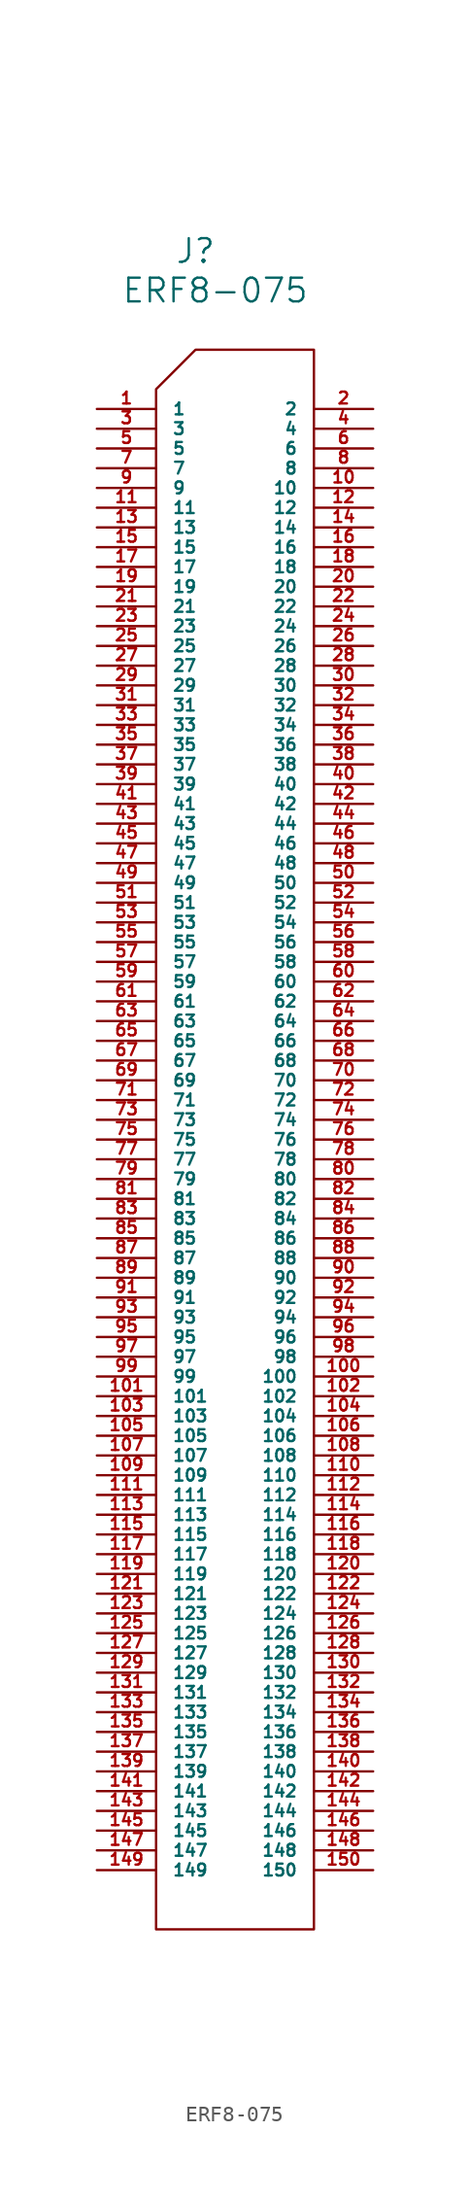
<source format=kicad_sym>
(kicad_symbol_lib
  (version 20211014)
  (generator kicad_symbol_editor)
  (symbol "ERF8-075"
    (pin_names
      (offset 1.016))
    (property "Reference" "J"
      (at -2.54 57.15 0)
      (effects (font (size 1.524 1.524))))
    (property "Value" "ERF8-075"
      (at -1.27 54.61 0)
      (effects (font (size 1.524 1.524))))
    (symbol "ERF8-075_0_1"
      (polyline (pts (xy 5.08 50.8) (xy -2.54 50.8) (xy -5.08 48.26) (xy -5.08 -50.8) (xy 5.08 -50.8) (xy 5.08 50.8)) (stroke (width 0) (type default) (color 0 0 0 0)) (fill (type none))))
    (symbol "ERF8-075_1_1"
      (pin input line (at -8.89 46.99 0) (length 3.81) (name "1" (effects (font (size 0.762 0.762)))) (number "1" (effects (font (size 0.762 0.762)))))
      (pin input line (at 8.89 41.91 180) (length 3.81) (name "10" (effects (font (size 0.762 0.762)))) (number "10" (effects (font (size 0.762 0.762)))))
      (pin input line (at 8.89 -15.24 180) (length 3.81) (name "100" (effects (font (size 0.762 0.762)))) (number "100" (effects (font (size 0.762 0.762)))))
      (pin input line (at -8.89 -16.51 0) (length 3.81) (name "101" (effects (font (size 0.762 0.762)))) (number "101" (effects (font (size 0.762 0.762)))))
      (pin input line (at 8.89 -16.51 180) (length 3.81) (name "102" (effects (font (size 0.762 0.762)))) (number "102" (effects (font (size 0.762 0.762)))))
      (pin input line (at -8.89 -17.78 0) (length 3.81) (name "103" (effects (font (size 0.762 0.762)))) (number "103" (effects (font (size 0.762 0.762)))))
      (pin input line (at 8.89 -17.78 180) (length 3.81) (name "104" (effects (font (size 0.762 0.762)))) (number "104" (effects (font (size 0.762 0.762)))))
      (pin input line (at -8.89 -19.05 0) (length 3.81) (name "105" (effects (font (size 0.762 0.762)))) (number "105" (effects (font (size 0.762 0.762)))))
      (pin input line (at 8.89 -19.05 180) (length 3.81) (name "106" (effects (font (size 0.762 0.762)))) (number "106" (effects (font (size 0.762 0.762)))))
      (pin input line (at -8.89 -20.32 0) (length 3.81) (name "107" (effects (font (size 0.762 0.762)))) (number "107" (effects (font (size 0.762 0.762)))))
      (pin input line (at 8.89 -20.32 180) (length 3.81) (name "108" (effects (font (size 0.762 0.762)))) (number "108" (effects (font (size 0.762 0.762)))))
      (pin input line (at -8.89 -21.59 0) (length 3.81) (name "109" (effects (font (size 0.762 0.762)))) (number "109" (effects (font (size 0.762 0.762)))))
      (pin input line (at -8.89 40.64 0) (length 3.81) (name "11" (effects (font (size 0.762 0.762)))) (number "11" (effects (font (size 0.762 0.762)))))
      (pin input line (at 8.89 -21.59 180) (length 3.81) (name "110" (effects (font (size 0.762 0.762)))) (number "110" (effects (font (size 0.762 0.762)))))
      (pin input line (at -8.89 -22.86 0) (length 3.81) (name "111" (effects (font (size 0.762 0.762)))) (number "111" (effects (font (size 0.762 0.762)))))
      (pin input line (at 8.89 -22.86 180) (length 3.81) (name "112" (effects (font (size 0.762 0.762)))) (number "112" (effects (font (size 0.762 0.762)))))
      (pin input line (at -8.89 -24.13 0) (length 3.81) (name "113" (effects (font (size 0.762 0.762)))) (number "113" (effects (font (size 0.762 0.762)))))
      (pin input line (at 8.89 -24.13 180) (length 3.81) (name "114" (effects (font (size 0.762 0.762)))) (number "114" (effects (font (size 0.762 0.762)))))
      (pin input line (at -8.89 -25.4 0) (length 3.81) (name "115" (effects (font (size 0.762 0.762)))) (number "115" (effects (font (size 0.762 0.762)))))
      (pin input line (at 8.89 -25.4 180) (length 3.81) (name "116" (effects (font (size 0.762 0.762)))) (number "116" (effects (font (size 0.762 0.762)))))
      (pin input line (at -8.89 -26.67 0) (length 3.81) (name "117" (effects (font (size 0.762 0.762)))) (number "117" (effects (font (size 0.762 0.762)))))
      (pin input line (at 8.89 -26.67 180) (length 3.81) (name "118" (effects (font (size 0.762 0.762)))) (number "118" (effects (font (size 0.762 0.762)))))
      (pin input line (at -8.89 -27.94 0) (length 3.81) (name "119" (effects (font (size 0.762 0.762)))) (number "119" (effects (font (size 0.762 0.762)))))
      (pin input line (at 8.89 40.64 180) (length 3.81) (name "12" (effects (font (size 0.762 0.762)))) (number "12" (effects (font (size 0.762 0.762)))))
      (pin input line (at 8.89 -27.94 180) (length 3.81) (name "120" (effects (font (size 0.762 0.762)))) (number "120" (effects (font (size 0.762 0.762)))))
      (pin input line (at -8.89 -29.21 0) (length 3.81) (name "121" (effects (font (size 0.762 0.762)))) (number "121" (effects (font (size 0.762 0.762)))))
      (pin input line (at 8.89 -29.21 180) (length 3.81) (name "122" (effects (font (size 0.762 0.762)))) (number "122" (effects (font (size 0.762 0.762)))))
      (pin input line (at -8.89 -30.48 0) (length 3.81) (name "123" (effects (font (size 0.762 0.762)))) (number "123" (effects (font (size 0.762 0.762)))))
      (pin input line (at 8.89 -30.48 180) (length 3.81) (name "124" (effects (font (size 0.762 0.762)))) (number "124" (effects (font (size 0.762 0.762)))))
      (pin input line (at -8.89 -31.75 0) (length 3.81) (name "125" (effects (font (size 0.762 0.762)))) (number "125" (effects (font (size 0.762 0.762)))))
      (pin input line (at 8.89 -31.75 180) (length 3.81) (name "126" (effects (font (size 0.762 0.762)))) (number "126" (effects (font (size 0.762 0.762)))))
      (pin input line (at -8.89 -33.02 0) (length 3.81) (name "127" (effects (font (size 0.762 0.762)))) (number "127" (effects (font (size 0.762 0.762)))))
      (pin input line (at 8.89 -33.02 180) (length 3.81) (name "128" (effects (font (size 0.762 0.762)))) (number "128" (effects (font (size 0.762 0.762)))))
      (pin input line (at -8.89 -34.29 0) (length 3.81) (name "129" (effects (font (size 0.762 0.762)))) (number "129" (effects (font (size 0.762 0.762)))))
      (pin input line (at -8.89 39.37 0) (length 3.81) (name "13" (effects (font (size 0.762 0.762)))) (number "13" (effects (font (size 0.762 0.762)))))
      (pin input line (at 8.89 -34.29 180) (length 3.81) (name "130" (effects (font (size 0.762 0.762)))) (number "130" (effects (font (size 0.762 0.762)))))
      (pin input line (at -8.89 -35.56 0) (length 3.81) (name "131" (effects (font (size 0.762 0.762)))) (number "131" (effects (font (size 0.762 0.762)))))
      (pin input line (at 8.89 -35.56 180) (length 3.81) (name "132" (effects (font (size 0.762 0.762)))) (number "132" (effects (font (size 0.762 0.762)))))
      (pin input line (at -8.89 -36.83 0) (length 3.81) (name "133" (effects (font (size 0.762 0.762)))) (number "133" (effects (font (size 0.762 0.762)))))
      (pin input line (at 8.89 -36.83 180) (length 3.81) (name "134" (effects (font (size 0.762 0.762)))) (number "134" (effects (font (size 0.762 0.762)))))
      (pin input line (at -8.89 -38.1 0) (length 3.81) (name "135" (effects (font (size 0.762 0.762)))) (number "135" (effects (font (size 0.762 0.762)))))
      (pin input line (at 8.89 -38.1 180) (length 3.81) (name "136" (effects (font (size 0.762 0.762)))) (number "136" (effects (font (size 0.762 0.762)))))
      (pin input line (at -8.89 -39.37 0) (length 3.81) (name "137" (effects (font (size 0.762 0.762)))) (number "137" (effects (font (size 0.762 0.762)))))
      (pin input line (at 8.89 -39.37 180) (length 3.81) (name "138" (effects (font (size 0.762 0.762)))) (number "138" (effects (font (size 0.762 0.762)))))
      (pin input line (at -8.89 -40.64 0) (length 3.81) (name "139" (effects (font (size 0.762 0.762)))) (number "139" (effects (font (size 0.762 0.762)))))
      (pin input line (at 8.89 39.37 180) (length 3.81) (name "14" (effects (font (size 0.762 0.762)))) (number "14" (effects (font (size 0.762 0.762)))))
      (pin input line (at 8.89 -40.64 180) (length 3.81) (name "140" (effects (font (size 0.762 0.762)))) (number "140" (effects (font (size 0.762 0.762)))))
      (pin input line (at -8.89 -41.91 0) (length 3.81) (name "141" (effects (font (size 0.762 0.762)))) (number "141" (effects (font (size 0.762 0.762)))))
      (pin input line (at 8.89 -41.91 180) (length 3.81) (name "142" (effects (font (size 0.762 0.762)))) (number "142" (effects (font (size 0.762 0.762)))))
      (pin input line (at -8.89 -43.18 0) (length 3.81) (name "143" (effects (font (size 0.762 0.762)))) (number "143" (effects (font (size 0.762 0.762)))))
      (pin input line (at 8.89 -43.18 180) (length 3.81) (name "144" (effects (font (size 0.762 0.762)))) (number "144" (effects (font (size 0.762 0.762)))))
      (pin input line (at -8.89 -44.45 0) (length 3.81) (name "145" (effects (font (size 0.762 0.762)))) (number "145" (effects (font (size 0.762 0.762)))))
      (pin input line (at 8.89 -44.45 180) (length 3.81) (name "146" (effects (font (size 0.762 0.762)))) (number "146" (effects (font (size 0.762 0.762)))))
      (pin input line (at -8.89 -45.72 0) (length 3.81) (name "147" (effects (font (size 0.762 0.762)))) (number "147" (effects (font (size 0.762 0.762)))))
      (pin input line (at 8.89 -45.72 180) (length 3.81) (name "148" (effects (font (size 0.762 0.762)))) (number "148" (effects (font (size 0.762 0.762)))))
      (pin input line (at -8.89 -46.99 0) (length 3.81) (name "149" (effects (font (size 0.762 0.762)))) (number "149" (effects (font (size 0.762 0.762)))))
      (pin input line (at -8.89 38.1 0) (length 3.81) (name "15" (effects (font (size 0.762 0.762)))) (number "15" (effects (font (size 0.762 0.762)))))
      (pin input line (at 8.89 -46.99 180) (length 3.81) (name "150" (effects (font (size 0.762 0.762)))) (number "150" (effects (font (size 0.762 0.762)))))
      (pin input line (at 8.89 38.1 180) (length 3.81) (name "16" (effects (font (size 0.762 0.762)))) (number "16" (effects (font (size 0.762 0.762)))))
      (pin input line (at -8.89 36.83 0) (length 3.81) (name "17" (effects (font (size 0.762 0.762)))) (number "17" (effects (font (size 0.762 0.762)))))
      (pin input line (at 8.89 36.83 180) (length 3.81) (name "18" (effects (font (size 0.762 0.762)))) (number "18" (effects (font (size 0.762 0.762)))))
      (pin input line (at -8.89 35.56 0) (length 3.81) (name "19" (effects (font (size 0.762 0.762)))) (number "19" (effects (font (size 0.762 0.762)))))
      (pin input line (at 8.89 46.99 180) (length 3.81) (name "2" (effects (font (size 0.762 0.762)))) (number "2" (effects (font (size 0.762 0.762)))))
      (pin input line (at 8.89 35.56 180) (length 3.81) (name "20" (effects (font (size 0.762 0.762)))) (number "20" (effects (font (size 0.762 0.762)))))
      (pin input line (at -8.89 34.29 0) (length 3.81) (name "21" (effects (font (size 0.762 0.762)))) (number "21" (effects (font (size 0.762 0.762)))))
      (pin input line (at 8.89 34.29 180) (length 3.81) (name "22" (effects (font (size 0.762 0.762)))) (number "22" (effects (font (size 0.762 0.762)))))
      (pin input line (at -8.89 33.02 0) (length 3.81) (name "23" (effects (font (size 0.762 0.762)))) (number "23" (effects (font (size 0.762 0.762)))))
      (pin input line (at 8.89 33.02 180) (length 3.81) (name "24" (effects (font (size 0.762 0.762)))) (number "24" (effects (font (size 0.762 0.762)))))
      (pin input line (at -8.89 31.75 0) (length 3.81) (name "25" (effects (font (size 0.762 0.762)))) (number "25" (effects (font (size 0.762 0.762)))))
      (pin input line (at 8.89 31.75 180) (length 3.81) (name "26" (effects (font (size 0.762 0.762)))) (number "26" (effects (font (size 0.762 0.762)))))
      (pin input line (at -8.89 30.48 0) (length 3.81) (name "27" (effects (font (size 0.762 0.762)))) (number "27" (effects (font (size 0.762 0.762)))))
      (pin input line (at 8.89 30.48 180) (length 3.81) (name "28" (effects (font (size 0.762 0.762)))) (number "28" (effects (font (size 0.762 0.762)))))
      (pin input line (at -8.89 29.21 0) (length 3.81) (name "29" (effects (font (size 0.762 0.762)))) (number "29" (effects (font (size 0.762 0.762)))))
      (pin input line (at -8.89 45.72 0) (length 3.81) (name "3" (effects (font (size 0.762 0.762)))) (number "3" (effects (font (size 0.762 0.762)))))
      (pin input line (at 8.89 29.21 180) (length 3.81) (name "30" (effects (font (size 0.762 0.762)))) (number "30" (effects (font (size 0.762 0.762)))))
      (pin input line (at -8.89 27.94 0) (length 3.81) (name "31" (effects (font (size 0.762 0.762)))) (number "31" (effects (font (size 0.762 0.762)))))
      (pin input line (at 8.89 27.94 180) (length 3.81) (name "32" (effects (font (size 0.762 0.762)))) (number "32" (effects (font (size 0.762 0.762)))))
      (pin input line (at -8.89 26.67 0) (length 3.81) (name "33" (effects (font (size 0.762 0.762)))) (number "33" (effects (font (size 0.762 0.762)))))
      (pin input line (at 8.89 26.67 180) (length 3.81) (name "34" (effects (font (size 0.762 0.762)))) (number "34" (effects (font (size 0.762 0.762)))))
      (pin input line (at -8.89 25.4 0) (length 3.81) (name "35" (effects (font (size 0.762 0.762)))) (number "35" (effects (font (size 0.762 0.762)))))
      (pin input line (at 8.89 25.4 180) (length 3.81) (name "36" (effects (font (size 0.762 0.762)))) (number "36" (effects (font (size 0.762 0.762)))))
      (pin input line (at -8.89 24.13 0) (length 3.81) (name "37" (effects (font (size 0.762 0.762)))) (number "37" (effects (font (size 0.762 0.762)))))
      (pin input line (at 8.89 24.13 180) (length 3.81) (name "38" (effects (font (size 0.762 0.762)))) (number "38" (effects (font (size 0.762 0.762)))))
      (pin input line (at -8.89 22.86 0) (length 3.81) (name "39" (effects (font (size 0.762 0.762)))) (number "39" (effects (font (size 0.762 0.762)))))
      (pin input line (at 8.89 45.72 180) (length 3.81) (name "4" (effects (font (size 0.762 0.762)))) (number "4" (effects (font (size 0.762 0.762)))))
      (pin input line (at 8.89 22.86 180) (length 3.81) (name "40" (effects (font (size 0.762 0.762)))) (number "40" (effects (font (size 0.762 0.762)))))
      (pin input line (at -8.89 21.59 0) (length 3.81) (name "41" (effects (font (size 0.762 0.762)))) (number "41" (effects (font (size 0.762 0.762)))))
      (pin input line (at 8.89 21.59 180) (length 3.81) (name "42" (effects (font (size 0.762 0.762)))) (number "42" (effects (font (size 0.762 0.762)))))
      (pin input line (at -8.89 20.32 0) (length 3.81) (name "43" (effects (font (size 0.762 0.762)))) (number "43" (effects (font (size 0.762 0.762)))))
      (pin input line (at 8.89 20.32 180) (length 3.81) (name "44" (effects (font (size 0.762 0.762)))) (number "44" (effects (font (size 0.762 0.762)))))
      (pin input line (at -8.89 19.05 0) (length 3.81) (name "45" (effects (font (size 0.762 0.762)))) (number "45" (effects (font (size 0.762 0.762)))))
      (pin input line (at 8.89 19.05 180) (length 3.81) (name "46" (effects (font (size 0.762 0.762)))) (number "46" (effects (font (size 0.762 0.762)))))
      (pin input line (at -8.89 17.78 0) (length 3.81) (name "47" (effects (font (size 0.762 0.762)))) (number "47" (effects (font (size 0.762 0.762)))))
      (pin input line (at 8.89 17.78 180) (length 3.81) (name "48" (effects (font (size 0.762 0.762)))) (number "48" (effects (font (size 0.762 0.762)))))
      (pin input line (at -8.89 16.51 0) (length 3.81) (name "49" (effects (font (size 0.762 0.762)))) (number "49" (effects (font (size 0.762 0.762)))))
      (pin input line (at -8.89 44.45 0) (length 3.81) (name "5" (effects (font (size 0.762 0.762)))) (number "5" (effects (font (size 0.762 0.762)))))
      (pin input line (at 8.89 16.51 180) (length 3.81) (name "50" (effects (font (size 0.762 0.762)))) (number "50" (effects (font (size 0.762 0.762)))))
      (pin input line (at -8.89 15.24 0) (length 3.81) (name "51" (effects (font (size 0.762 0.762)))) (number "51" (effects (font (size 0.762 0.762)))))
      (pin input line (at 8.89 15.24 180) (length 3.81) (name "52" (effects (font (size 0.762 0.762)))) (number "52" (effects (font (size 0.762 0.762)))))
      (pin input line (at -8.89 13.97 0) (length 3.81) (name "53" (effects (font (size 0.762 0.762)))) (number "53" (effects (font (size 0.762 0.762)))))
      (pin input line (at 8.89 13.97 180) (length 3.81) (name "54" (effects (font (size 0.762 0.762)))) (number "54" (effects (font (size 0.762 0.762)))))
      (pin input line (at -8.89 12.7 0) (length 3.81) (name "55" (effects (font (size 0.762 0.762)))) (number "55" (effects (font (size 0.762 0.762)))))
      (pin input line (at 8.89 12.7 180) (length 3.81) (name "56" (effects (font (size 0.762 0.762)))) (number "56" (effects (font (size 0.762 0.762)))))
      (pin input line (at -8.89 11.43 0) (length 3.81) (name "57" (effects (font (size 0.762 0.762)))) (number "57" (effects (font (size 0.762 0.762)))))
      (pin input line (at 8.89 11.43 180) (length 3.81) (name "58" (effects (font (size 0.762 0.762)))) (number "58" (effects (font (size 0.762 0.762)))))
      (pin input line (at -8.89 10.16 0) (length 3.81) (name "59" (effects (font (size 0.762 0.762)))) (number "59" (effects (font (size 0.762 0.762)))))
      (pin input line (at 8.89 44.45 180) (length 3.81) (name "6" (effects (font (size 0.762 0.762)))) (number "6" (effects (font (size 0.762 0.762)))))
      (pin input line (at 8.89 10.16 180) (length 3.81) (name "60" (effects (font (size 0.762 0.762)))) (number "60" (effects (font (size 0.762 0.762)))))
      (pin input line (at -8.89 8.89 0) (length 3.81) (name "61" (effects (font (size 0.762 0.762)))) (number "61" (effects (font (size 0.762 0.762)))))
      (pin input line (at 8.89 8.89 180) (length 3.81) (name "62" (effects (font (size 0.762 0.762)))) (number "62" (effects (font (size 0.762 0.762)))))
      (pin input line (at -8.89 7.62 0) (length 3.81) (name "63" (effects (font (size 0.762 0.762)))) (number "63" (effects (font (size 0.762 0.762)))))
      (pin input line (at 8.89 7.62 180) (length 3.81) (name "64" (effects (font (size 0.762 0.762)))) (number "64" (effects (font (size 0.762 0.762)))))
      (pin input line (at -8.89 6.35 0) (length 3.81) (name "65" (effects (font (size 0.762 0.762)))) (number "65" (effects (font (size 0.762 0.762)))))
      (pin input line (at 8.89 6.35 180) (length 3.81) (name "66" (effects (font (size 0.762 0.762)))) (number "66" (effects (font (size 0.762 0.762)))))
      (pin input line (at -8.89 5.08 0) (length 3.81) (name "67" (effects (font (size 0.762 0.762)))) (number "67" (effects (font (size 0.762 0.762)))))
      (pin input line (at 8.89 5.08 180) (length 3.81) (name "68" (effects (font (size 0.762 0.762)))) (number "68" (effects (font (size 0.762 0.762)))))
      (pin input line (at -8.89 3.81 0) (length 3.81) (name "69" (effects (font (size 0.762 0.762)))) (number "69" (effects (font (size 0.762 0.762)))))
      (pin input line (at -8.89 43.18 0) (length 3.81) (name "7" (effects (font (size 0.762 0.762)))) (number "7" (effects (font (size 0.762 0.762)))))
      (pin input line (at 8.89 3.81 180) (length 3.81) (name "70" (effects (font (size 0.762 0.762)))) (number "70" (effects (font (size 0.762 0.762)))))
      (pin input line (at -8.89 2.54 0) (length 3.81) (name "71" (effects (font (size 0.762 0.762)))) (number "71" (effects (font (size 0.762 0.762)))))
      (pin input line (at 8.89 2.54 180) (length 3.81) (name "72" (effects (font (size 0.762 0.762)))) (number "72" (effects (font (size 0.762 0.762)))))
      (pin input line (at -8.89 1.27 0) (length 3.81) (name "73" (effects (font (size 0.762 0.762)))) (number "73" (effects (font (size 0.762 0.762)))))
      (pin input line (at 8.89 1.27 180) (length 3.81) (name "74" (effects (font (size 0.762 0.762)))) (number "74" (effects (font (size 0.762 0.762)))))
      (pin input line (at -8.89 0 0) (length 3.81) (name "75" (effects (font (size 0.762 0.762)))) (number "75" (effects (font (size 0.762 0.762)))))
      (pin input line (at 8.89 0 180) (length 3.81) (name "76" (effects (font (size 0.762 0.762)))) (number "76" (effects (font (size 0.762 0.762)))))
      (pin input line (at -8.89 -1.27 0) (length 3.81) (name "77" (effects (font (size 0.762 0.762)))) (number "77" (effects (font (size 0.762 0.762)))))
      (pin input line (at 8.89 -1.27 180) (length 3.81) (name "78" (effects (font (size 0.762 0.762)))) (number "78" (effects (font (size 0.762 0.762)))))
      (pin input line (at -8.89 -2.54 0) (length 3.81) (name "79" (effects (font (size 0.762 0.762)))) (number "79" (effects (font (size 0.762 0.762)))))
      (pin input line (at 8.89 43.18 180) (length 3.81) (name "8" (effects (font (size 0.762 0.762)))) (number "8" (effects (font (size 0.762 0.762)))))
      (pin input line (at 8.89 -2.54 180) (length 3.81) (name "80" (effects (font (size 0.762 0.762)))) (number "80" (effects (font (size 0.762 0.762)))))
      (pin input line (at -8.89 -3.81 0) (length 3.81) (name "81" (effects (font (size 0.762 0.762)))) (number "81" (effects (font (size 0.762 0.762)))))
      (pin input line (at 8.89 -3.81 180) (length 3.81) (name "82" (effects (font (size 0.762 0.762)))) (number "82" (effects (font (size 0.762 0.762)))))
      (pin input line (at -8.89 -5.08 0) (length 3.81) (name "83" (effects (font (size 0.762 0.762)))) (number "83" (effects (font (size 0.762 0.762)))))
      (pin input line (at 8.89 -5.08 180) (length 3.81) (name "84" (effects (font (size 0.762 0.762)))) (number "84" (effects (font (size 0.762 0.762)))))
      (pin input line (at -8.89 -6.35 0) (length 3.81) (name "85" (effects (font (size 0.762 0.762)))) (number "85" (effects (font (size 0.762 0.762)))))
      (pin input line (at 8.89 -6.35 180) (length 3.81) (name "86" (effects (font (size 0.762 0.762)))) (number "86" (effects (font (size 0.762 0.762)))))
      (pin input line (at -8.89 -7.62 0) (length 3.81) (name "87" (effects (font (size 0.762 0.762)))) (number "87" (effects (font (size 0.762 0.762)))))
      (pin input line (at 8.89 -7.62 180) (length 3.81) (name "88" (effects (font (size 0.762 0.762)))) (number "88" (effects (font (size 0.762 0.762)))))
      (pin input line (at -8.89 -8.89 0) (length 3.81) (name "89" (effects (font (size 0.762 0.762)))) (number "89" (effects (font (size 0.762 0.762)))))
      (pin input line (at -8.89 41.91 0) (length 3.81) (name "9" (effects (font (size 0.762 0.762)))) (number "9" (effects (font (size 0.762 0.762)))))
      (pin input line (at 8.89 -8.89 180) (length 3.81) (name "90" (effects (font (size 0.762 0.762)))) (number "90" (effects (font (size 0.762 0.762)))))
      (pin input line (at -8.89 -10.16 0) (length 3.81) (name "91" (effects (font (size 0.762 0.762)))) (number "91" (effects (font (size 0.762 0.762)))))
      (pin input line (at 8.89 -10.16 180) (length 3.81) (name "92" (effects (font (size 0.762 0.762)))) (number "92" (effects (font (size 0.762 0.762)))))
      (pin input line (at -8.89 -11.43 0) (length 3.81) (name "93" (effects (font (size 0.762 0.762)))) (number "93" (effects (font (size 0.762 0.762)))))
      (pin input line (at 8.89 -11.43 180) (length 3.81) (name "94" (effects (font (size 0.762 0.762)))) (number "94" (effects (font (size 0.762 0.762)))))
      (pin input line (at -8.89 -12.7 0) (length 3.81) (name "95" (effects (font (size 0.762 0.762)))) (number "95" (effects (font (size 0.762 0.762)))))
      (pin input line (at 8.89 -12.7 180) (length 3.81) (name "96" (effects (font (size 0.762 0.762)))) (number "96" (effects (font (size 0.762 0.762)))))
      (pin input line (at -8.89 -13.97 0) (length 3.81) (name "97" (effects (font (size 0.762 0.762)))) (number "97" (effects (font (size 0.762 0.762)))))
      (pin input line (at 8.89 -13.97 180) (length 3.81) (name "98" (effects (font (size 0.762 0.762)))) (number "98" (effects (font (size 0.762 0.762)))))
      (pin input line (at -8.89 -15.24 0) (length 3.81) (name "99" (effects (font (size 0.762 0.762)))) (number "99" (effects (font (size 0.762 0.762))))))))
</source>
